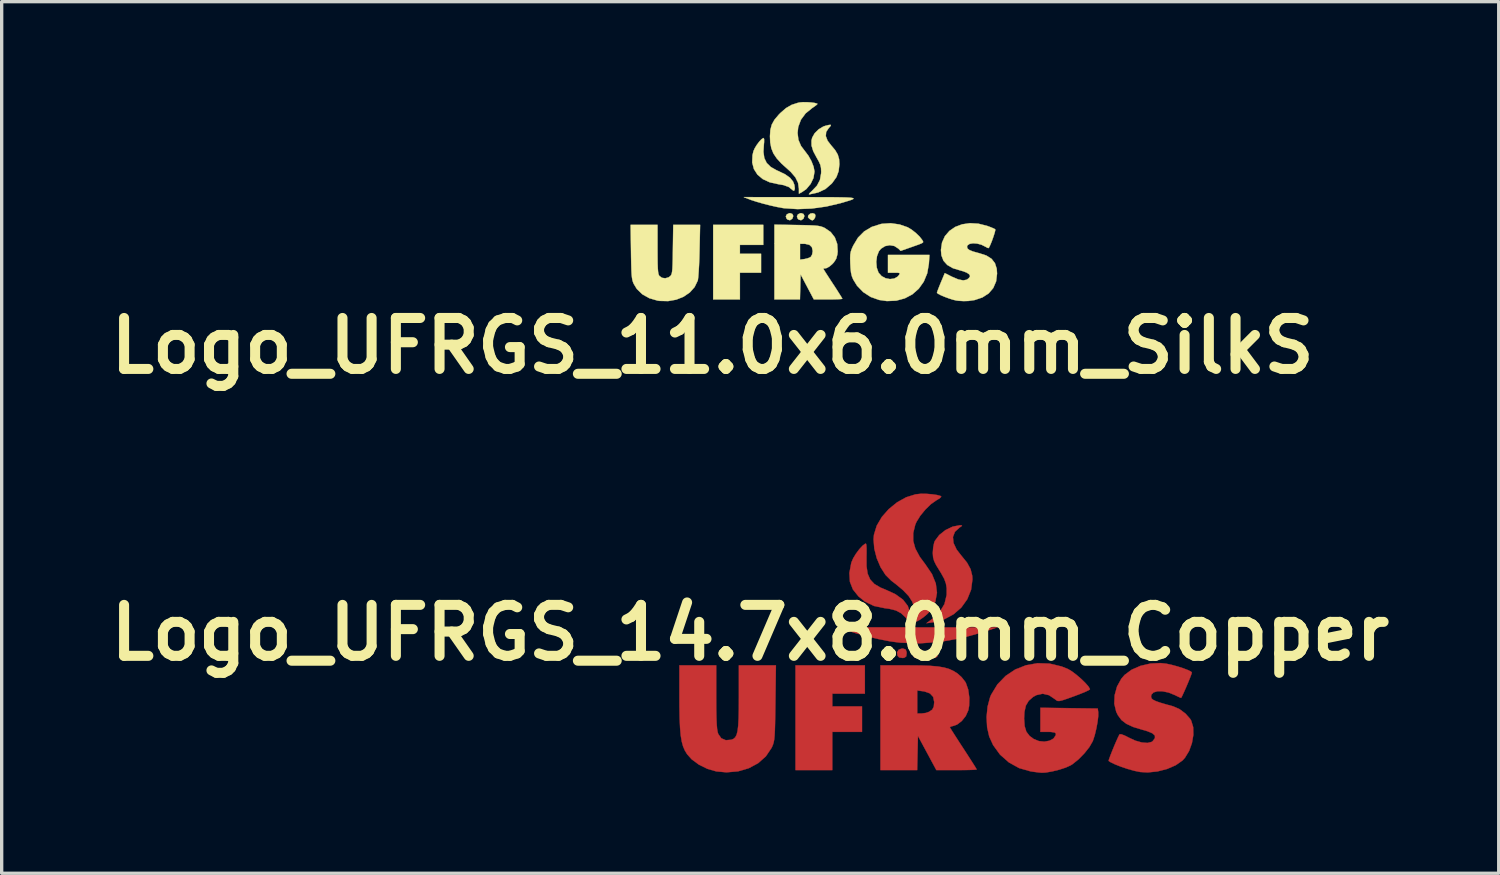
<source format=kicad_pcb>
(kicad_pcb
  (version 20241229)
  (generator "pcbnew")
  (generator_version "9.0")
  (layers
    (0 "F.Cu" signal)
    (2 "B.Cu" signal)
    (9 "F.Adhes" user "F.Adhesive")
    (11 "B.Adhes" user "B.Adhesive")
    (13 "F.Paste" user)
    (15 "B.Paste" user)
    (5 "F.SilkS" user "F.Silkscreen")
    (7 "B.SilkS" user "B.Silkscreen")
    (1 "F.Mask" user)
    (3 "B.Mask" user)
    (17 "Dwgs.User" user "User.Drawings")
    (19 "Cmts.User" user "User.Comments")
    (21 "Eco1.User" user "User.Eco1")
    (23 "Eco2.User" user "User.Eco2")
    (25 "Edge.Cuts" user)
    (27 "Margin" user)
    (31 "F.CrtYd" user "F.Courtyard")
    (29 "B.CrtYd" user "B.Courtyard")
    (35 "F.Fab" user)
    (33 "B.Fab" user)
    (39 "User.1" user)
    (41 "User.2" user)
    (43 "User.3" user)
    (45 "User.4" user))
  (footprint "Logo_UFRGS_14.7x8.0mm_Copper"
    (layer "F.Cu")
    (at 24.972 15.873)
    (property "Reference" "Logo_UFRGS_14.7x8.0mm_Copper" (at -5.588 0 0) (layer "F.SilkS") (effects (font (size 1.524 1.524) (thickness 0.3))))
    (attr exclude_from_pos_files exclude_from_bom)
    (fp_poly (pts (xy -2.159 1.82) (xy -3.133 1.82) (xy -3.133 2.201) (xy -2.244 2.201) (xy -2.244 2.963) (xy -3.133 2.963) (xy -3.133 4.106) (xy -4.233 4.106) (xy -4.233 0.974) (xy -2.159 0.974) (xy -2.159 1.82)) (stroke (width 0.01) (type solid)) (fill yes) (layer "F.Cu"))
    (fp_poly (pts (xy -0.481 0.497) (xy -0.448 0.547) (xy -0.445 0.614) (xy -0.457 0.707) (xy -0.512 0.746) (xy -0.561 0.754) (xy -0.665 0.743) (xy -0.702 0.704) (xy -0.719 0.584) (xy -0.667 0.509) (xy -0.571 0.487) (xy -0.481 0.497)) (stroke (width 0.01) (type solid)) (fill yes) (layer "F.Cu"))
    (fp_poly (pts (xy -0.016 0.497) (xy 0.017 0.547) (xy 0.021 0.614) (xy 0.008 0.707) (xy -0.047 0.746) (xy -0.095 0.754) (xy -0.199 0.743) (xy -0.237 0.704) (xy -0.253 0.584) (xy -0.202 0.509) (xy -0.105 0.487) (xy -0.016 0.497)) (stroke (width 0.01) (type solid)) (fill yes) (layer "F.Cu"))
    (fp_poly (pts (xy -1.014 0.472) (xy -0.938 0.5) (xy -0.912 0.573) (xy -0.91 0.614) (xy -0.923 0.707) (xy -0.978 0.746) (xy -1.024 0.754) (xy -1.133 0.738) (xy -1.181 0.686) (xy -1.197 0.585) (xy -1.147 0.505) (xy -1.05 0.47) (xy -1.014 0.472)) (stroke (width 0.01) (type solid)) (fill yes) (layer "F.Cu"))
    (fp_poly (pts (xy -0.572 -0.162) (xy 1.799 -0.161) (xy 1.375 -0.02) (xy 0.744 0.156) (xy 0.107 0.269) (xy -0.518 0.316) (xy -1.103 0.296) (xy -1.397 0.257) (xy -1.739 0.191) (xy -2.096 0.106) (xy -2.438 0.01) (xy -2.646 -0.058) (xy -2.942 -0.163) (xy -0.572 -0.162)) (stroke (width 0.01) (type solid)) (fill yes) (layer "F.Cu"))
    (fp_poly (pts (xy -2.115 -2.628) (xy -2.108 -2.523) (xy -2.108 -2.371) (xy -2.11 -2.282) (xy -2.109 -1.99) (xy -2.075 -1.765) (xy -1.999 -1.593) (xy -1.875 -1.46) (xy -1.694 -1.353) (xy -1.545 -1.292) (xy -1.244 -1.153) (xy -1.019 -0.99) (xy -0.874 -0.802) (xy -0.808 -0.593) (xy -0.811 -0.424) (xy -0.824 -0.368) (xy -0.849 -0.365) (xy -0.904 -0.419) (xy -0.941 -0.459) (xy -1.077 -0.586) (xy -1.233 -0.669) (xy -1.433 -0.718) (xy -1.564 -0.735) (xy -1.883 -0.801) (xy -2.155 -0.931) (xy -2.349 -1.088) (xy -2.516 -1.296) (xy -2.606 -1.526) (xy -2.622 -1.788) (xy -2.566 -2.087) (xy -2.561 -2.104) (xy -2.509 -2.226) (xy -2.426 -2.363) (xy -2.328 -2.495) (xy -2.232 -2.601) (xy -2.152 -2.661) (xy -2.127 -2.667) (xy -2.115 -2.628)) (stroke (width 0.01) (type solid)) (fill yes) (layer "F.Cu"))
    (fp_poly (pts (xy 0.747 -3.21) (xy 0.729 -3.184) (xy 0.668 -3.144) (xy 0.534 -3.02) (xy 0.475 -2.865) (xy 0.492 -2.686) (xy 0.585 -2.489) (xy 0.722 -2.313) (xy 0.896 -2.098) (xy 1.003 -1.902) (xy 1.052 -1.704) (xy 1.058 -1.597) (xy 1.018 -1.289) (xy 0.904 -1.005) (xy 0.725 -0.755) (xy 0.49 -0.551) (xy 0.21 -0.401) (xy -0.107 -0.316) (xy -0.11 -0.316) (xy -0.318 -0.286) (xy -0.143 -0.415) (xy 0.079 -0.622) (xy 0.222 -0.861) (xy 0.287 -1.132) (xy 0.288 -1.332) (xy 0.265 -1.474) (xy 0.214 -1.614) (xy 0.124 -1.779) (xy 0.071 -1.864) (xy -0.029 -2.027) (xy -0.088 -2.148) (xy -0.118 -2.255) (xy -0.127 -2.373) (xy -0.127 -2.401) (xy -0.115 -2.556) (xy -0.086 -2.695) (xy -0.066 -2.747) (xy 0.067 -2.925) (xy 0.254 -3.073) (xy 0.468 -3.175) (xy 0.683 -3.216) (xy 0.699 -3.216) (xy 0.747 -3.21)) (stroke (width 0.01) (type solid)) (fill yes) (layer "F.Cu"))
    (fp_poly (pts (xy -6.604 1.928) (xy -6.603 2.265) (xy -6.598 2.527) (xy -6.59 2.726) (xy -6.578 2.87) (xy -6.561 2.97) (xy -6.543 3.027) (xy -6.452 3.155) (xy -6.316 3.212) (xy -6.157 3.199) (xy -6.089 3.173) (xy -6.036 3.127) (xy -5.995 3.051) (xy -5.966 2.936) (xy -5.946 2.773) (xy -5.934 2.553) (xy -5.928 2.266) (xy -5.927 1.928) (xy -5.927 0.974) (xy -4.819 0.974) (xy -4.834 2.106) (xy -4.839 2.447) (xy -4.844 2.714) (xy -4.85 2.919) (xy -4.858 3.073) (xy -4.869 3.187) (xy -4.885 3.273) (xy -4.905 3.341) (xy -4.931 3.404) (xy -4.948 3.44) (xy -5.119 3.694) (xy -5.35 3.899) (xy -5.631 4.05) (xy -5.95 4.143) (xy -6.296 4.173) (xy -6.602 4.145) (xy -6.867 4.069) (xy -7.121 3.944) (xy -7.338 3.784) (xy -7.475 3.63) (xy -7.542 3.52) (xy -7.595 3.397) (xy -7.635 3.251) (xy -7.665 3.07) (xy -7.685 2.845) (xy -7.698 2.564) (xy -7.704 2.216) (xy -7.705 1.933) (xy -7.705 0.974) (xy -6.604 0.974) (xy -6.604 1.928)) (stroke (width 0.01) (type solid)) (fill yes) (layer "F.Cu"))
    (fp_poly (pts (xy -0.307 -4.155) (xy -0.14 -4.141) (xy 0.002 -4.12) (xy 0.098 -4.094) (xy 0.127 -4.07) (xy 0.093 -4.034) (xy 0.009 -3.978) (xy -0.025 -3.959) (xy -0.185 -3.846) (xy -0.352 -3.683) (xy -0.504 -3.497) (xy -0.616 -3.315) (xy -0.652 -3.232) (xy -0.713 -2.982) (xy -0.713 -2.749) (xy -0.649 -2.518) (xy -0.518 -2.274) (xy -0.349 -2.046) (xy -0.152 -1.756) (xy -0.037 -1.472) (xy -0.003 -1.197) (xy -0.051 -0.934) (xy -0.182 -0.686) (xy -0.212 -0.646) (xy -0.295 -0.559) (xy -0.404 -0.467) (xy -0.515 -0.389) (xy -0.601 -0.344) (xy -0.624 -0.339) (xy -0.644 -0.377) (xy -0.658 -0.476) (xy -0.662 -0.568) (xy -0.682 -0.759) (xy -0.742 -0.931) (xy -0.849 -1.098) (xy -1.013 -1.271) (xy -1.242 -1.462) (xy -1.367 -1.556) (xy -1.54 -1.729) (xy -1.689 -1.961) (xy -1.804 -2.231) (xy -1.877 -2.516) (xy -1.899 -2.794) (xy -1.887 -2.932) (xy -1.804 -3.203) (xy -1.651 -3.464) (xy -1.443 -3.7) (xy -1.196 -3.901) (xy -0.925 -4.052) (xy -0.643 -4.14) (xy -0.479 -4.158) (xy -0.307 -4.155)) (stroke (width 0.01) (type solid)) (fill yes) (layer "F.Cu"))
    (fp_poly (pts (xy -0.857 0.974) (xy -0.494 0.977) (xy -0.202 0.988) (xy 0.03 1.008) (xy 0.216 1.04) (xy 0.368 1.085) (xy 0.499 1.146) (xy 0.609 1.216) (xy 0.733 1.327) (xy 0.839 1.461) (xy 0.862 1.501) (xy 0.932 1.701) (xy 0.965 1.942) (xy 0.959 2.184) (xy 0.935 2.316) (xy 0.859 2.486) (xy 0.739 2.637) (xy 0.598 2.745) (xy 0.503 2.78) (xy 0.416 2.803) (xy 0.381 2.821) (xy 0.403 2.86) (xy 0.464 2.959) (xy 0.557 3.104) (xy 0.673 3.285) (xy 0.783 3.453) (xy 0.914 3.655) (xy 1.027 3.831) (xy 1.115 3.969) (xy 1.17 4.059) (xy 1.185 4.088) (xy 1.146 4.094) (xy 1.036 4.1) (xy 0.872 4.104) (xy 0.668 4.106) (xy 0.582 4.106) (xy -0.021 4.106) (xy -0.572 3.083) (xy -0.595 4.106) (xy -1.693 4.106) (xy -1.693 2.413) (xy -0.593 2.413) (xy -0.463 2.413) (xy -0.336 2.397) (xy -0.241 2.364) (xy -0.144 2.298) (xy -0.098 2.21) (xy -0.085 2.072) (xy -0.085 2.07) (xy -0.116 1.917) (xy -0.213 1.813) (xy -0.379 1.754) (xy -0.42 1.748) (xy -0.593 1.725) (xy -0.593 2.413) (xy -1.693 2.413) (xy -1.693 0.974) (xy -0.857 0.974)) (stroke (width 0.01) (type solid)) (fill yes) (layer "F.Cu"))
    (fp_poly (pts (xy 3.363 0.921) (xy 3.724 1.007) (xy 3.919 1.086) (xy 4.034 1.155) (xy 4.169 1.257) (xy 4.307 1.376) (xy 4.431 1.496) (xy 4.525 1.602) (xy 4.57 1.679) (xy 4.572 1.691) (xy 4.535 1.717) (xy 4.433 1.765) (xy 4.282 1.827) (xy 4.098 1.897) (xy 4.097 1.897) (xy 3.895 1.97) (xy 3.757 2.016) (xy 3.667 2.038) (xy 3.61 2.039) (xy 3.569 2.021) (xy 3.536 1.993) (xy 3.348 1.866) (xy 3.159 1.822) (xy 2.97 1.864) (xy 2.874 1.917) (xy 2.74 2.034) (xy 2.655 2.178) (xy 2.613 2.369) (xy 2.603 2.563) (xy 2.619 2.79) (xy 2.67 2.958) (xy 2.768 3.086) (xy 2.892 3.177) (xy 3.046 3.239) (xy 3.209 3.255) (xy 3.36 3.228) (xy 3.48 3.164) (xy 3.547 3.067) (xy 3.555 3.016) (xy 3.518 2.982) (xy 3.404 2.965) (xy 3.323 2.963) (xy 3.09 2.963) (xy 3.09 2.242) (xy 4.805 2.265) (xy 4.82 2.371) (xy 4.82 2.494) (xy 4.799 2.669) (xy 4.762 2.868) (xy 4.715 3.062) (xy 4.663 3.223) (xy 4.652 3.248) (xy 4.553 3.42) (xy 4.403 3.608) (xy 4.227 3.787) (xy 4.049 3.93) (xy 3.996 3.963) (xy 3.849 4.03) (xy 3.653 4.094) (xy 3.442 4.146) (xy 3.249 4.179) (xy 3.133 4.185) (xy 3.031 4.176) (xy 2.886 4.157) (xy 2.794 4.143) (xy 2.454 4.046) (xy 2.147 3.876) (xy 1.884 3.644) (xy 1.677 3.359) (xy 1.56 3.103) (xy 1.497 2.827) (xy 1.481 2.518) (xy 1.511 2.207) (xy 1.586 1.927) (xy 1.617 1.853) (xy 1.805 1.543) (xy 2.049 1.291) (xy 2.337 1.098) (xy 2.659 0.971) (xy 3.004 0.91) (xy 3.363 0.921)) (stroke (width 0.01) (type solid)) (fill yes) (layer "F.Cu"))
    (fp_poly (pts (xy 6.859 0.925) (xy 7.02 0.96) (xy 7.193 1.007) (xy 7.359 1.06) (xy 7.498 1.113) (xy 7.592 1.159) (xy 7.62 1.187) (xy 7.605 1.24) (xy 7.565 1.346) (xy 7.509 1.484) (xy 7.446 1.633) (xy 7.384 1.773) (xy 7.333 1.883) (xy 7.302 1.942) (xy 7.297 1.947) (xy 7.251 1.93) (xy 7.158 1.886) (xy 7.11 1.862) (xy 6.924 1.787) (xy 6.745 1.75) (xy 6.59 1.749) (xy 6.472 1.784) (xy 6.407 1.854) (xy 6.4 1.918) (xy 6.416 1.963) (xy 6.458 2.002) (xy 6.538 2.042) (xy 6.668 2.088) (xy 6.858 2.144) (xy 7.06 2.199) (xy 7.25 2.283) (xy 7.431 2.418) (xy 7.572 2.579) (xy 7.601 2.629) (xy 7.659 2.822) (xy 7.664 3.054) (xy 7.622 3.299) (xy 7.537 3.534) (xy 7.414 3.736) (xy 7.34 3.818) (xy 7.138 3.96) (xy 6.88 4.072) (xy 6.592 4.146) (xy 6.299 4.176) (xy 6.075 4.163) (xy 5.903 4.128) (xy 5.704 4.073) (xy 5.502 4.005) (xy 5.321 3.934) (xy 5.184 3.867) (xy 5.131 3.831) (xy 5.14 3.79) (xy 5.175 3.692) (xy 5.228 3.556) (xy 5.29 3.404) (xy 5.353 3.256) (xy 5.409 3.132) (xy 5.449 3.051) (xy 5.46 3.034) (xy 5.511 3.035) (xy 5.611 3.072) (xy 5.726 3.131) (xy 5.927 3.225) (xy 6.122 3.28) (xy 6.291 3.294) (xy 6.415 3.264) (xy 6.448 3.24) (xy 6.515 3.15) (xy 6.514 3.073) (xy 6.44 3.006) (xy 6.29 2.943) (xy 6.141 2.9) (xy 5.867 2.817) (xy 5.664 2.724) (xy 5.515 2.61) (xy 5.408 2.465) (xy 5.357 2.36) (xy 5.3 2.123) (xy 5.311 1.864) (xy 5.382 1.607) (xy 5.51 1.375) (xy 5.607 1.261) (xy 5.819 1.104) (xy 6.086 0.988) (xy 6.383 0.92) (xy 6.688 0.906) (xy 6.859 0.925)) (stroke (width 0.01) (type solid)) (fill yes) (layer "F.Cu")))
  (footprint "Logo_UFRGS_11.0x6.0mm_SilkS"
    (layer "F.Cu")
    (at 20.875 3.635)
    (property "Reference" "Logo_UFRGS_11.0x6.0mm_SilkS" (at -2.616 3.658 0) (layer "F.SilkS") (effects (font (size 1.524 1.524) (thickness 0.3))))
    (attr exclude_from_pos_files exclude_from_bom)
    (fp_poly (pts (xy -1.1 0.638) (xy -1.799 0.638) (xy -1.799 0.904) (xy -1.166 0.904) (xy -1.166 1.47) (xy -1.799 1.47) (xy -1.799 2.269) (xy -2.598 2.269) (xy -2.598 0.039) (xy -1.1 0.039) (xy -1.1 0.638)) (stroke (width 0.01) (type solid)) (fill yes) (layer "F.SilkS"))
    (fp_poly (pts (xy -0.229 -0.286) (xy -0.203 -0.226) (xy -0.228 -0.152) (xy -0.235 -0.143) (xy -0.303 -0.098) (xy -0.374 -0.119) (xy -0.403 -0.147) (xy -0.426 -0.215) (xy -0.396 -0.275) (xy -0.324 -0.309) (xy -0.297 -0.311) (xy -0.229 -0.286)) (stroke (width 0.01) (type solid)) (fill yes) (layer "F.SilkS"))
    (fp_poly (pts (xy 0.104 -0.286) (xy 0.13 -0.226) (xy 0.105 -0.152) (xy 0.098 -0.143) (xy 0.03 -0.098) (xy -0.041 -0.119) (xy -0.07 -0.147) (xy -0.093 -0.215) (xy -0.063 -0.275) (xy 0.008 -0.309) (xy 0.035 -0.311) (xy 0.104 -0.286)) (stroke (width 0.01) (type solid)) (fill yes) (layer "F.SilkS"))
    (fp_poly (pts (xy 0.439 -0.287) (xy 0.459 -0.251) (xy 0.45 -0.184) (xy 0.413 -0.121) (xy 0.368 -0.094) (xy 0.326 -0.112) (xy 0.28 -0.142) (xy 0.236 -0.19) (xy 0.248 -0.244) (xy 0.252 -0.251) (xy 0.308 -0.298) (xy 0.379 -0.31) (xy 0.439 -0.287)) (stroke (width 0.01) (type solid)) (fill yes) (layer "F.SilkS"))
    (fp_poly (pts (xy 0.016 -0.789) (xy 0.41 -0.789) (xy 0.741 -0.788) (xy 1.013 -0.787) (xy 1.229 -0.784) (xy 1.392 -0.78) (xy 1.506 -0.773) (xy 1.574 -0.763) (xy 1.6 -0.75) (xy 1.587 -0.732) (xy 1.539 -0.71) (xy 1.459 -0.683) (xy 1.351 -0.651) (xy 1.219 -0.612) (xy 1.205 -0.608) (xy 0.783 -0.509) (xy 0.351 -0.449) (xy -0.074 -0.432) (xy -0.47 -0.458) (xy -0.516 -0.464) (xy -0.683 -0.495) (xy -0.884 -0.54) (xy -1.098 -0.594) (xy -1.3 -0.652) (xy -1.467 -0.706) (xy -1.516 -0.725) (xy -1.682 -0.79) (xy 0.016 -0.789)) (stroke (width 0.01) (type solid)) (fill yes) (layer "F.SilkS"))
    (fp_poly (pts (xy -1.075 -2.527) (xy -1.075 -2.435) (xy -1.081 -2.376) (xy -1.095 -2.144) (xy -1.069 -1.958) (xy -0.997 -1.811) (xy -0.875 -1.691) (xy -0.697 -1.591) (xy -0.651 -1.571) (xy -0.446 -1.472) (xy -0.301 -1.369) (xy -0.21 -1.258) (xy -0.169 -1.152) (xy -0.157 -1.052) (xy -0.169 -0.992) (xy -0.201 -0.982) (xy -0.235 -1.011) (xy -0.338 -1.093) (xy -0.493 -1.15) (xy -0.65 -1.177) (xy -0.905 -1.233) (xy -1.114 -1.329) (xy -1.274 -1.463) (xy -1.38 -1.63) (xy -1.431 -1.825) (xy -1.422 -2.044) (xy -1.394 -2.163) (xy -1.355 -2.252) (xy -1.293 -2.353) (xy -1.221 -2.449) (xy -1.152 -2.522) (xy -1.099 -2.557) (xy -1.093 -2.558) (xy -1.075 -2.527)) (stroke (width 0.01) (type solid)) (fill yes) (layer "F.SilkS"))
    (fp_poly (pts (xy 0.918 -2.924) (xy 0.868 -2.866) (xy 0.858 -2.856) (xy 0.781 -2.741) (xy 0.77 -2.616) (xy 0.823 -2.477) (xy 0.925 -2.344) (xy 1.05 -2.195) (xy 1.128 -2.062) (xy 1.167 -1.927) (xy 1.176 -1.776) (xy 1.154 -1.568) (xy 1.088 -1.39) (xy 0.967 -1.22) (xy 0.945 -1.194) (xy 0.759 -1.033) (xy 0.548 -0.933) (xy 0.465 -0.912) (xy 0.366 -0.891) (xy 0.285 -0.873) (xy 0.282 -0.872) (xy 0.263 -0.879) (xy 0.297 -0.922) (xy 0.358 -0.978) (xy 0.507 -1.135) (xy 0.595 -1.305) (xy 0.63 -1.501) (xy 0.632 -1.552) (xy 0.627 -1.662) (xy 0.607 -1.754) (xy 0.564 -1.852) (xy 0.495 -1.974) (xy 0.394 -2.165) (xy 0.344 -2.33) (xy 0.342 -2.479) (xy 0.363 -2.569) (xy 0.436 -2.699) (xy 0.553 -2.815) (xy 0.695 -2.901) (xy 0.755 -2.922) (xy 0.866 -2.949) (xy 0.919 -2.951) (xy 0.918 -2.924)) (stroke (width 0.01) (type solid)) (fill yes) (layer "F.SilkS"))
    (fp_poly (pts (xy 0.208 -3.629) (xy 0.333 -3.621) (xy 0.441 -3.606) (xy 0.51 -3.586) (xy 0.521 -3.579) (xy 0.502 -3.555) (xy 0.441 -3.508) (xy 0.365 -3.456) (xy 0.166 -3.295) (xy 0.026 -3.105) (xy -0.055 -2.889) (xy -0.074 -2.71) (xy -0.05 -2.505) (xy 0.03 -2.319) (xy 0.145 -2.167) (xy 0.252 -2.025) (xy 0.342 -1.862) (xy 0.405 -1.699) (xy 0.431 -1.559) (xy 0.431 -1.55) (xy 0.401 -1.363) (xy 0.316 -1.185) (xy 0.189 -1.033) (xy 0.057 -0.94) (xy -0.034 -0.892) (xy -0.034 -1.044) (xy -0.06 -1.219) (xy -0.14 -1.383) (xy -0.279 -1.545) (xy -0.356 -1.615) (xy -0.552 -1.791) (xy -0.696 -1.947) (xy -0.797 -2.097) (xy -0.859 -2.252) (xy -0.892 -2.425) (xy -0.9 -2.61) (xy -0.888 -2.8) (xy -0.846 -2.958) (xy -0.766 -3.103) (xy -0.639 -3.254) (xy -0.588 -3.306) (xy -0.419 -3.453) (xy -0.251 -3.55) (xy -0.061 -3.611) (xy -0.012 -3.621) (xy 0.085 -3.63) (xy 0.208 -3.629)) (stroke (width 0.01) (type solid)) (fill yes) (layer "F.SilkS"))
    (fp_poly (pts (xy -4.262 0.764) (xy -4.261 1.01) (xy -4.259 1.199) (xy -4.254 1.338) (xy -4.246 1.437) (xy -4.235 1.504) (xy -4.219 1.547) (xy -4.21 1.563) (xy -4.132 1.622) (xy -4.03 1.637) (xy -3.928 1.607) (xy -3.876 1.567) (xy -3.855 1.538) (xy -3.839 1.5) (xy -3.827 1.442) (xy -3.818 1.357) (xy -3.812 1.234) (xy -3.807 1.066) (xy -3.804 0.842) (xy -3.803 0.768) (xy -3.792 0.039) (xy -2.989 0.039) (xy -3.006 0.813) (xy -3.012 1.041) (xy -3.021 1.254) (xy -3.032 1.439) (xy -3.043 1.585) (xy -3.054 1.681) (xy -3.06 1.707) (xy -3.153 1.899) (xy -3.298 2.061) (xy -3.485 2.189) (xy -3.704 2.276) (xy -3.946 2.319) (xy -4.201 2.313) (xy -4.262 2.304) (xy -4.509 2.232) (xy -4.717 2.115) (xy -4.881 1.956) (xy -4.974 1.803) (xy -4.996 1.75) (xy -5.013 1.693) (xy -5.026 1.621) (xy -5.036 1.526) (xy -5.043 1.398) (xy -5.048 1.228) (xy -5.053 1.006) (xy -5.055 0.846) (xy -5.067 0.039) (xy -4.262 0.039) (xy -4.262 0.764)) (stroke (width 0.01) (type solid)) (fill yes) (layer "F.SilkS"))
    (fp_poly (pts (xy -0.093 0.044) (xy 0.138 0.048) (xy 0.314 0.053) (xy 0.444 0.06) (xy 0.54 0.07) (xy 0.612 0.084) (xy 0.672 0.103) (xy 0.73 0.128) (xy 0.743 0.135) (xy 0.917 0.255) (xy 1.041 0.415) (xy 1.111 0.61) (xy 1.125 0.836) (xy 1.115 0.928) (xy 1.081 1.053) (xy 1.013 1.159) (xy 0.965 1.211) (xy 0.881 1.283) (xy 0.803 1.328) (xy 0.769 1.337) (xy 0.712 1.343) (xy 0.698 1.353) (xy 0.715 1.385) (xy 0.763 1.463) (xy 0.836 1.576) (xy 0.926 1.715) (xy 0.981 1.799) (xy 1.079 1.948) (xy 1.161 2.078) (xy 1.224 2.177) (xy 1.259 2.237) (xy 1.264 2.249) (xy 1.233 2.257) (xy 1.148 2.263) (xy 1.021 2.267) (xy 0.864 2.269) (xy 0.838 2.269) (xy 0.412 2.269) (xy 0.016 1.52) (xy -0.003 2.269) (xy -0.767 2.269) (xy -0.767 1.079) (xy -0.001 1.079) (xy 0.137 1.061) (xy 0.237 1.037) (xy 0.314 1.001) (xy 0.327 0.99) (xy 0.362 0.923) (xy 0.378 0.828) (xy 0.379 0.822) (xy 0.354 0.707) (xy 0.279 0.636) (xy 0.153 0.607) (xy 0.124 0.606) (xy -0.001 0.605) (xy -0.001 1.079) (xy -0.767 1.079) (xy -0.767 0.033) (xy -0.093 0.044)) (stroke (width 0.01) (type solid)) (fill yes) (layer "F.SilkS"))
    (fp_poly (pts (xy 2.977 0.028) (xy 3.217 0.111) (xy 3.337 0.183) (xy 3.465 0.284) (xy 3.578 0.394) (xy 3.655 0.494) (xy 3.66 0.503) (xy 3.676 0.531) (xy 3.682 0.553) (xy 3.669 0.572) (xy 3.628 0.595) (xy 3.55 0.626) (xy 3.426 0.67) (xy 3.276 0.723) (xy 3.008 0.817) (xy 2.938 0.748) (xy 2.819 0.671) (xy 2.681 0.647) (xy 2.542 0.675) (xy 2.421 0.752) (xy 2.358 0.828) (xy 2.301 0.973) (xy 2.279 1.145) (xy 2.293 1.317) (xy 2.344 1.463) (xy 2.347 1.469) (xy 2.438 1.571) (xy 2.558 1.636) (xy 2.689 1.661) (xy 2.816 1.645) (xy 2.92 1.586) (xy 2.954 1.545) (xy 2.979 1.503) (xy 2.975 1.48) (xy 2.928 1.472) (xy 2.829 1.47) (xy 2.816 1.47) (xy 2.629 1.47) (xy 2.629 0.938) (xy 3.87 0.938) (xy 3.852 1.202) (xy 3.803 1.487) (xy 3.7 1.737) (xy 3.55 1.948) (xy 3.359 2.117) (xy 3.132 2.237) (xy 2.876 2.306) (xy 2.597 2.318) (xy 2.366 2.285) (xy 2.114 2.196) (xy 1.89 2.051) (xy 1.704 1.859) (xy 1.59 1.674) (xy 1.55 1.577) (xy 1.524 1.467) (xy 1.509 1.324) (xy 1.502 1.195) (xy 1.498 1.04) (xy 1.502 0.929) (xy 1.517 0.841) (xy 1.547 0.755) (xy 1.59 0.66) (xy 1.733 0.421) (xy 1.918 0.235) (xy 2.145 0.1) (xy 2.416 0.014) (xy 2.456 0.007) (xy 2.712 -0.01) (xy 2.977 0.028)) (stroke (width 0.01) (type solid)) (fill yes) (layer "F.SilkS"))
    (fp_poly (pts (xy 5.332 0.004) (xy 5.592 0.069) (xy 5.705 0.111) (xy 5.793 0.148) (xy 5.837 0.172) (xy 5.836 0.21) (xy 5.815 0.291) (xy 5.78 0.399) (xy 5.739 0.515) (xy 5.696 0.622) (xy 5.659 0.702) (xy 5.639 0.734) (xy 5.606 0.727) (xy 5.546 0.694) (xy 5.425 0.633) (xy 5.296 0.599) (xy 5.174 0.59) (xy 5.073 0.607) (xy 5.009 0.65) (xy 4.992 0.698) (xy 5.009 0.748) (xy 5.064 0.792) (xy 5.166 0.834) (xy 5.324 0.878) (xy 5.359 0.887) (xy 5.572 0.957) (xy 5.727 1.055) (xy 5.828 1.185) (xy 5.881 1.352) (xy 5.891 1.496) (xy 5.863 1.729) (xy 5.778 1.927) (xy 5.641 2.088) (xy 5.454 2.209) (xy 5.22 2.288) (xy 5.034 2.315) (xy 4.89 2.319) (xy 4.74 2.31) (xy 4.677 2.302) (xy 4.572 2.277) (xy 4.449 2.238) (xy 4.323 2.191) (xy 4.212 2.144) (xy 4.13 2.102) (xy 4.094 2.072) (xy 4.094 2.069) (xy 4.106 2.028) (xy 4.138 1.942) (xy 4.185 1.825) (xy 4.211 1.762) (xy 4.328 1.482) (xy 4.548 1.593) (xy 4.733 1.671) (xy 4.878 1.7) (xy 4.987 1.679) (xy 5.042 1.637) (xy 5.082 1.584) (xy 5.076 1.543) (xy 5.047 1.509) (xy 4.985 1.468) (xy 4.883 1.428) (xy 4.801 1.405) (xy 4.572 1.336) (xy 4.403 1.239) (xy 4.289 1.112) (xy 4.227 0.95) (xy 4.213 0.788) (xy 4.246 0.567) (xy 4.332 0.377) (xy 4.466 0.221) (xy 4.64 0.101) (xy 4.847 0.023) (xy 5.08 -0.011) (xy 5.332 0.004)) (stroke (width 0.01) (type solid)) (fill yes) (layer "F.SilkS")))
  (gr_rect
    (start -3 -3)
    (end 41.768 23.064)
    (stroke (width 0.1) (type default))
    (fill no)
    (layer "Edge.Cuts")))
</source>
